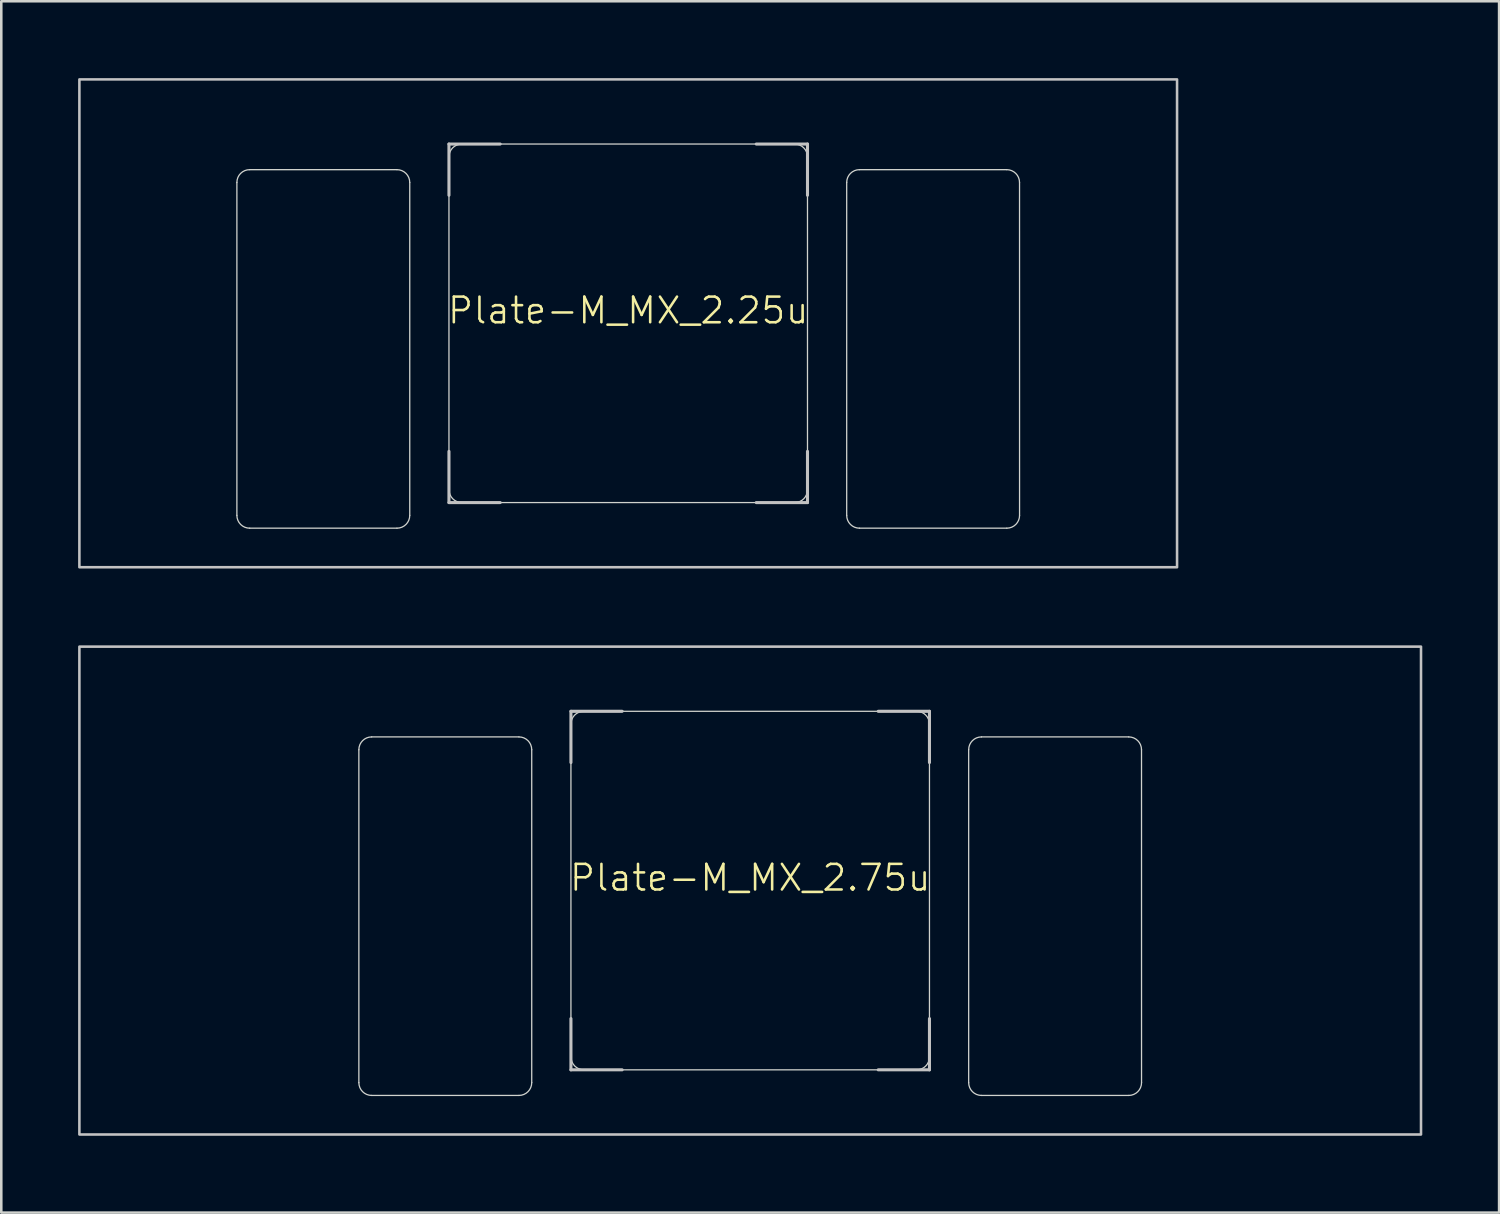
<source format=kicad_pcb>
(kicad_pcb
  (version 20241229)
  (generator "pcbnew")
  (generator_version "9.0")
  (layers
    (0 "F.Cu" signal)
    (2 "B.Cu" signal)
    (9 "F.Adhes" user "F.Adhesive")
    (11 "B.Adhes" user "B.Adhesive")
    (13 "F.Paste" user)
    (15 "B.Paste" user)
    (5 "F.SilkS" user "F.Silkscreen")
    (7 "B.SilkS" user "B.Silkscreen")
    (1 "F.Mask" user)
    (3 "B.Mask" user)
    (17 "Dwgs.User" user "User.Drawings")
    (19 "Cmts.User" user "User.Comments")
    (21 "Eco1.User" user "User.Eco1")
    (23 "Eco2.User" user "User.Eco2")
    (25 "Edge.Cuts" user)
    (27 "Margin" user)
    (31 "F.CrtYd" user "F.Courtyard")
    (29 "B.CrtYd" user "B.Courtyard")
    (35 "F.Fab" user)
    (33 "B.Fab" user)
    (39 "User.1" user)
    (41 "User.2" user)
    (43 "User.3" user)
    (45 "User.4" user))
  (footprint "Plate-M_MX_2.75u"
    (layer "F.Cu")
    (at 26.244 31.725)
    (property "Reference" "Plate-M_MX_2.75u" (at 0 -0.5 0) (unlocked yes) (layer "F.SilkS") (effects (font (size 1 1) (thickness 0.1))))
    (attr exclude_from_pos_files exclude_from_bom allow_missing_courtyard)
    (fp_line (start -15.281 -5.5) (end -15.281 7.5) (stroke (width 1.1) (type solid)) (layer "F.Mask"))
    (fp_line (start -14.781 -6) (end -9.031 -6) (stroke (width 1.1) (type solid)) (layer "F.Mask"))
    (fp_line (start -14.781 8) (end -9.031 8) (stroke (width 1.1) (type solid)) (layer "F.Mask"))
    (fp_line (start -8.531 -5.5) (end -8.531 7.5) (stroke (width 1.1) (type solid)) (layer "F.Mask"))
    (fp_line (start -7 -6.5) (end -7 6.5) (stroke (width 1.1) (type solid)) (layer "F.Mask"))
    (fp_line (start -6.5 7) (end 6.5 7) (stroke (width 1.1) (type solid)) (layer "F.Mask"))
    (fp_line (start 6.5 -7) (end -6.5 -7) (stroke (width 1.1) (type solid)) (layer "F.Mask"))
    (fp_line (start 7 6.5) (end 7 -6.5) (stroke (width 1.1) (type solid)) (layer "F.Mask"))
    (fp_line (start 8.531 -5.5) (end 8.531 7.5) (stroke (width 1.1) (type solid)) (layer "F.Mask"))
    (fp_line (start 9.031 -6) (end 14.781 -6) (stroke (width 1.1) (type solid)) (layer "F.Mask"))
    (fp_line (start 9.031 8) (end 14.781 8) (stroke (width 1.1) (type solid)) (layer "F.Mask"))
    (fp_line (start 15.281 -5.5) (end 15.281 7.5) (stroke (width 1.1) (type solid)) (layer "F.Mask"))
    (fp_arc (start -15.28125 -5.499999) (mid -15.134803 -5.853552) (end -14.78125 -5.999999) (stroke (width 1.1) (type solid)) (layer "F.Mask"))
    (fp_arc (start -14.78125 8.000001) (mid -15.134803 7.853554) (end -15.28125 7.500001) (stroke (width 1.1) (type solid)) (layer "F.Mask"))
    (fp_arc (start -9.03125 -5.999999) (mid -8.677697 -5.853552) (end -8.53125 -5.499999) (stroke (width 1.1) (type solid)) (layer "F.Mask"))
    (fp_arc (start -8.53125 7.500001) (mid -8.677697 7.853554) (end -9.03125 8.000001) (stroke (width 1.1) (type solid)) (layer "F.Mask"))
    (fp_arc (start -7 -6.5) (mid -6.853554 -6.853554) (end -6.5 -7) (stroke (width 1.1) (type solid)) (layer "F.Mask"))
    (fp_arc (start -6.497236 6.998884) (mid -6.85079 6.852438) (end -6.997236 6.498884) (stroke (width 1.1) (type solid)) (layer "F.Mask"))
    (fp_arc (start 6.5 -7) (mid 6.853554 -6.853554) (end 7 -6.5) (stroke (width 1.1) (type solid)) (layer "F.Mask"))
    (fp_arc (start 7 6.5) (mid 6.853554 6.853554) (end 6.5 7) (stroke (width 1.1) (type solid)) (layer "F.Mask"))
    (fp_arc (start 8.53125 -5.499999) (mid 8.677697 -5.853552) (end 9.03125 -5.999999) (stroke (width 1.1) (type solid)) (layer "F.Mask"))
    (fp_arc (start 9.03125 8.000001) (mid 8.677697 7.853554) (end 8.53125 7.500001) (stroke (width 1.1) (type solid)) (layer "F.Mask"))
    (fp_arc (start 14.78125 -5.999999) (mid 15.134803 -5.853552) (end 15.28125 -5.499999) (stroke (width 1.1) (type solid)) (layer "F.Mask"))
    (fp_arc (start 15.28125 7.500001) (mid 15.134803 7.853554) (end 14.78125 8.000001) (stroke (width 1.1) (type solid)) (layer "F.Mask"))
    (fp_line (start -15.281 -5.5) (end -15.281 7.5) (stroke (width 1.1) (type solid)) (layer "B.Mask"))
    (fp_line (start -9.031 -6) (end -14.781 -6) (stroke (width 1.1) (type solid)) (layer "B.Mask"))
    (fp_line (start -9.031 8) (end -14.781 8) (stroke (width 1.1) (type solid)) (layer "B.Mask"))
    (fp_line (start -8.531 -5.5) (end -8.531 7.5) (stroke (width 1.1) (type solid)) (layer "B.Mask"))
    (fp_line (start -7 6.5) (end -7 -6.5) (stroke (width 1.1) (type solid)) (layer "B.Mask"))
    (fp_line (start -6.5 -7) (end 6.5 -7) (stroke (width 1.1) (type solid)) (layer "B.Mask"))
    (fp_line (start 6.5 7) (end -6.5 7) (stroke (width 1.1) (type solid)) (layer "B.Mask"))
    (fp_line (start 7 -6.5) (end 7 6.5) (stroke (width 1.1) (type solid)) (layer "B.Mask"))
    (fp_line (start 8.531 -5.5) (end 8.531 7.5) (stroke (width 1.1) (type solid)) (layer "B.Mask"))
    (fp_line (start 14.781 -6) (end 9.031 -6) (stroke (width 1.1) (type solid)) (layer "B.Mask"))
    (fp_line (start 14.781 8) (end 9.031 8) (stroke (width 1.1) (type solid)) (layer "B.Mask"))
    (fp_line (start 15.281 -5.5) (end 15.281 7.5) (stroke (width 1.1) (type solid)) (layer "B.Mask"))
    (fp_arc (start -15.28125 -5.499999) (mid -15.134803 -5.853552) (end -14.78125 -5.999999) (stroke (width 1.1) (type solid)) (layer "B.Mask"))
    (fp_arc (start -14.78125 8.000001) (mid -15.134803 7.853554) (end -15.28125 7.500001) (stroke (width 1.1) (type solid)) (layer "B.Mask"))
    (fp_arc (start -9.03125 -5.999999) (mid -8.677697 -5.853552) (end -8.53125 -5.499999) (stroke (width 1.1) (type solid)) (layer "B.Mask"))
    (fp_arc (start -8.53125 7.500001) (mid -8.677697 7.853554) (end -9.03125 8.000001) (stroke (width 1.1) (type solid)) (layer "B.Mask"))
    (fp_arc (start -7 -6.5) (mid -6.853553 -6.853553) (end -6.5 -7) (stroke (width 1.1) (type solid)) (layer "B.Mask"))
    (fp_arc (start -6.5 7) (mid -6.853553 6.853553) (end -7 6.5) (stroke (width 1.1) (type solid)) (layer "B.Mask"))
    (fp_arc (start 6.5 -7) (mid 6.853554 -6.853554) (end 7 -6.5) (stroke (width 1.1) (type solid)) (layer "B.Mask"))
    (fp_arc (start 6.997236 6.498884) (mid 6.85079 6.852438) (end 6.497236 6.998884) (stroke (width 1.1) (type solid)) (layer "B.Mask"))
    (fp_arc (start 8.53125 -5.499999) (mid 8.677697 -5.853552) (end 9.03125 -5.999999) (stroke (width 1.1) (type solid)) (layer "B.Mask"))
    (fp_arc (start 9.03125 8.000001) (mid 8.677697 7.853554) (end 8.53125 7.500001) (stroke (width 1.1) (type solid)) (layer "B.Mask"))
    (fp_arc (start 14.78125 -5.999999) (mid 15.134803 -5.853552) (end 15.28125 -5.499999) (stroke (width 1.1) (type solid)) (layer "B.Mask"))
    (fp_arc (start 15.28125 7.500001) (mid 15.134803 7.853554) (end 14.78125 8.000001) (stroke (width 1.1) (type solid)) (layer "B.Mask"))
    (fp_line (start -7 -7) (end -5 -7) (stroke (width 0.12) (type solid)) (layer "Dwgs.User"))
    (fp_line (start -7 -5) (end -7 -7) (stroke (width 0.12) (type solid)) (layer "Dwgs.User"))
    (fp_line (start -7 7) (end -7 5) (stroke (width 0.12) (type solid)) (layer "Dwgs.User"))
    (fp_line (start -5 7) (end -7 7) (stroke (width 0.12) (type solid)) (layer "Dwgs.User"))
    (fp_line (start 5 -7) (end 7 -7) (stroke (width 0.12) (type solid)) (layer "Dwgs.User"))
    (fp_line (start 5 7) (end 7 7) (stroke (width 0.12) (type solid)) (layer "Dwgs.User"))
    (fp_line (start 7 -7) (end 7 -5) (stroke (width 0.12) (type solid)) (layer "Dwgs.User"))
    (fp_line (start 7 7) (end 7 5) (stroke (width 0.12) (type solid)) (layer "Dwgs.User"))
    (fp_rect (start -26.194 -9.525) (end 26.194 9.525) (stroke (width 0.1) (type solid)) (fill no) (layer "Dwgs.User"))
    (fp_line (start -15.281 -5.5) (end -15.281 7.5) (stroke (width 0.05) (type solid)) (layer "Edge.Cuts"))
    (fp_line (start -14.781 -6) (end -9.031 -6) (stroke (width 0.05) (type solid)) (layer "Edge.Cuts"))
    (fp_line (start -14.781 8) (end -9.031 8) (stroke (width 0.05) (type solid)) (layer "Edge.Cuts"))
    (fp_line (start -8.531 -5.5) (end -8.531 7.5) (stroke (width 0.05) (type solid)) (layer "Edge.Cuts"))
    (fp_line (start -7 -6.5) (end -7 6.5) (stroke (width 0.05) (type solid)) (layer "Edge.Cuts"))
    (fp_line (start -6.5 7) (end 6.5 7) (stroke (width 0.05) (type solid)) (layer "Edge.Cuts"))
    (fp_line (start 6.5 -7) (end -6.5 -7) (stroke (width 0.05) (type solid)) (layer "Edge.Cuts"))
    (fp_line (start 7 6.5) (end 7 -6.5) (stroke (width 0.05) (type solid)) (layer "Edge.Cuts"))
    (fp_line (start 8.531 -5.5) (end 8.531 7.5) (stroke (width 0.05) (type solid)) (layer "Edge.Cuts"))
    (fp_line (start 9.031 -6) (end 14.78 -6) (stroke (width 0.05) (type solid)) (layer "Edge.Cuts"))
    (fp_line (start 9.031 8) (end 14.781 8) (stroke (width 0.05) (type solid)) (layer "Edge.Cuts"))
    (fp_line (start 15.28 -5.5) (end 15.281 7.5) (stroke (width 0.05) (type solid)) (layer "Edge.Cuts"))
    (fp_arc (start -15.28125 -5.499999) (mid -15.134803 -5.853552) (end -14.78125 -5.999999) (stroke (width 0.05) (type solid)) (layer "Edge.Cuts"))
    (fp_arc (start -14.78125 8.000001) (mid -15.134803 7.853554) (end -15.28125 7.500001) (stroke (width 0.05) (type solid)) (layer "Edge.Cuts"))
    (fp_arc (start -9.03125 -5.999999) (mid -8.677697 -5.853552) (end -8.53125 -5.499999) (stroke (width 0.05) (type solid)) (layer "Edge.Cuts"))
    (fp_arc (start -8.53125 7.500001) (mid -8.677697 7.853554) (end -9.03125 8.000001) (stroke (width 0.05) (type solid)) (layer "Edge.Cuts"))
    (fp_arc (start -7 -6.5) (mid -6.853553 -6.853553) (end -6.5 -7) (stroke (width 0.05) (type solid)) (layer "Edge.Cuts"))
    (fp_arc (start -6.497236 6.998884) (mid -6.850789 6.852437) (end -6.997236 6.498884) (stroke (width 0.05) (type solid)) (layer "Edge.Cuts"))
    (fp_arc (start 6.5 -7) (mid 6.853554 -6.853554) (end 7 -6.5) (stroke (width 0.05) (type solid)) (layer "Edge.Cuts"))
    (fp_arc (start 7 6.5) (mid 6.853554 6.853554) (end 6.5 7) (stroke (width 0.05) (type solid)) (layer "Edge.Cuts"))
    (fp_arc (start 8.53125 -5.499999) (mid 8.677697 -5.853552) (end 9.03125 -5.999999) (stroke (width 0.05) (type solid)) (layer "Edge.Cuts"))
    (fp_arc (start 9.03125 8.000001) (mid 8.677697 7.853554) (end 8.53125 7.500001) (stroke (width 0.05) (type solid)) (layer "Edge.Cuts"))
    (fp_arc (start 14.780039 -5.999999) (mid 15.133592 -5.853552) (end 15.280039 -5.499999) (stroke (width 0.05) (type solid)) (layer "Edge.Cuts"))
    (fp_arc (start 15.28125 7.500001) (mid 15.134803 7.853554) (end 14.78125 8.000001) (stroke (width 0.05) (type solid)) (layer "Edge.Cuts")))
  (footprint "Plate-M_MX_2.25u"
    (layer "F.Cu")
    (at 21.481 9.575)
    (property "Reference" "Plate-M_MX_2.25u" (at 0 -0.5 0) (unlocked yes) (layer "F.SilkS") (effects (font (size 1 1) (thickness 0.1))))
    (attr exclude_from_pos_files exclude_from_bom allow_missing_courtyard)
    (fp_line (start -15.281 -5.5) (end -15.281 7.5) (stroke (width 1.1) (type solid)) (layer "F.Mask"))
    (fp_line (start -14.781 -6) (end -9.031 -6) (stroke (width 1.1) (type solid)) (layer "F.Mask"))
    (fp_line (start -14.781 8) (end -9.031 8) (stroke (width 1.1) (type solid)) (layer "F.Mask"))
    (fp_line (start -8.531 -5.5) (end -8.531 7.5) (stroke (width 1.1) (type solid)) (layer "F.Mask"))
    (fp_line (start -7 -6.5) (end -7 6.5) (stroke (width 1.1) (type solid)) (layer "F.Mask"))
    (fp_line (start -6.5 7) (end 6.5 7) (stroke (width 1.1) (type solid)) (layer "F.Mask"))
    (fp_line (start 6.5 -7) (end -6.5 -7) (stroke (width 1.1) (type solid)) (layer "F.Mask"))
    (fp_line (start 7 6.5) (end 7 -6.5) (stroke (width 1.1) (type solid)) (layer "F.Mask"))
    (fp_line (start 8.531 -5.5) (end 8.531 7.5) (stroke (width 1.1) (type solid)) (layer "F.Mask"))
    (fp_line (start 9.031 -6) (end 14.781 -6) (stroke (width 1.1) (type solid)) (layer "F.Mask"))
    (fp_line (start 9.031 8) (end 14.781 8) (stroke (width 1.1) (type solid)) (layer "F.Mask"))
    (fp_line (start 15.281 -5.5) (end 15.281 7.5) (stroke (width 1.1) (type solid)) (layer "F.Mask"))
    (fp_arc (start -15.28125 -5.499999) (mid -15.134803 -5.853552) (end -14.78125 -5.999999) (stroke (width 1.1) (type solid)) (layer "F.Mask"))
    (fp_arc (start -14.78125 8.000001) (mid -15.134803 7.853554) (end -15.28125 7.500001) (stroke (width 1.1) (type solid)) (layer "F.Mask"))
    (fp_arc (start -9.03125 -5.999999) (mid -8.677697 -5.853552) (end -8.53125 -5.499999) (stroke (width 1.1) (type solid)) (layer "F.Mask"))
    (fp_arc (start -8.53125 7.500001) (mid -8.677697 7.853554) (end -9.03125 8.000001) (stroke (width 1.1) (type solid)) (layer "F.Mask"))
    (fp_arc (start -7 -6.5) (mid -6.853554 -6.853554) (end -6.5 -7) (stroke (width 1.1) (type solid)) (layer "F.Mask"))
    (fp_arc (start -6.497236 6.998884) (mid -6.85079 6.852438) (end -6.997236 6.498884) (stroke (width 1.1) (type solid)) (layer "F.Mask"))
    (fp_arc (start 6.5 -7) (mid 6.853554 -6.853554) (end 7 -6.5) (stroke (width 1.1) (type solid)) (layer "F.Mask"))
    (fp_arc (start 7 6.5) (mid 6.853554 6.853554) (end 6.5 7) (stroke (width 1.1) (type solid)) (layer "F.Mask"))
    (fp_arc (start 8.53125 -5.499999) (mid 8.677697 -5.853552) (end 9.03125 -5.999999) (stroke (width 1.1) (type solid)) (layer "F.Mask"))
    (fp_arc (start 9.03125 8.000001) (mid 8.677697 7.853554) (end 8.53125 7.500001) (stroke (width 1.1) (type solid)) (layer "F.Mask"))
    (fp_arc (start 14.78125 -5.999999) (mid 15.134803 -5.853552) (end 15.28125 -5.499999) (stroke (width 1.1) (type solid)) (layer "F.Mask"))
    (fp_arc (start 15.28125 7.500001) (mid 15.134803 7.853554) (end 14.78125 8.000001) (stroke (width 1.1) (type solid)) (layer "F.Mask"))
    (fp_line (start -15.281 -5.5) (end -15.281 7.5) (stroke (width 1.1) (type solid)) (layer "B.Mask"))
    (fp_line (start -9.031 -6) (end -14.781 -6) (stroke (width 1.1) (type solid)) (layer "B.Mask"))
    (fp_line (start -9.031 8) (end -14.781 8) (stroke (width 1.1) (type solid)) (layer "B.Mask"))
    (fp_line (start -8.531 -5.5) (end -8.531 7.5) (stroke (width 1.1) (type solid)) (layer "B.Mask"))
    (fp_line (start -7 6.5) (end -7 -6.5) (stroke (width 1.1) (type solid)) (layer "B.Mask"))
    (fp_line (start -6.5 -7) (end 6.5 -7) (stroke (width 1.1) (type solid)) (layer "B.Mask"))
    (fp_line (start 6.5 7) (end -6.5 7) (stroke (width 1.1) (type solid)) (layer "B.Mask"))
    (fp_line (start 7 -6.5) (end 7 6.5) (stroke (width 1.1) (type solid)) (layer "B.Mask"))
    (fp_line (start 8.531 -5.5) (end 8.531 7.5) (stroke (width 1.1) (type solid)) (layer "B.Mask"))
    (fp_line (start 14.781 -6) (end 9.031 -6) (stroke (width 1.1) (type solid)) (layer "B.Mask"))
    (fp_line (start 14.781 8) (end 9.031 8) (stroke (width 1.1) (type solid)) (layer "B.Mask"))
    (fp_line (start 15.281 -5.5) (end 15.281 7.5) (stroke (width 1.1) (type solid)) (layer "B.Mask"))
    (fp_arc (start -15.28125 -5.499999) (mid -15.134803 -5.853552) (end -14.78125 -5.999999) (stroke (width 1.1) (type solid)) (layer "B.Mask"))
    (fp_arc (start -14.78125 8.000001) (mid -15.134803 7.853554) (end -15.28125 7.500001) (stroke (width 1.1) (type solid)) (layer "B.Mask"))
    (fp_arc (start -9.03125 -5.999999) (mid -8.677697 -5.853552) (end -8.53125 -5.499999) (stroke (width 1.1) (type solid)) (layer "B.Mask"))
    (fp_arc (start -8.53125 7.500001) (mid -8.677697 7.853554) (end -9.03125 8.000001) (stroke (width 1.1) (type solid)) (layer "B.Mask"))
    (fp_arc (start -7 -6.5) (mid -6.853553 -6.853553) (end -6.5 -7) (stroke (width 1.1) (type solid)) (layer "B.Mask"))
    (fp_arc (start -6.5 7) (mid -6.853553 6.853553) (end -7 6.5) (stroke (width 1.1) (type solid)) (layer "B.Mask"))
    (fp_arc (start 6.5 -7) (mid 6.853554 -6.853554) (end 7 -6.5) (stroke (width 1.1) (type solid)) (layer "B.Mask"))
    (fp_arc (start 6.997236 6.498884) (mid 6.85079 6.852438) (end 6.497236 6.998884) (stroke (width 1.1) (type solid)) (layer "B.Mask"))
    (fp_arc (start 8.53125 -5.499999) (mid 8.677697 -5.853552) (end 9.03125 -5.999999) (stroke (width 1.1) (type solid)) (layer "B.Mask"))
    (fp_arc (start 9.03125 8.000001) (mid 8.677697 7.853554) (end 8.53125 7.500001) (stroke (width 1.1) (type solid)) (layer "B.Mask"))
    (fp_arc (start 14.78125 -5.999999) (mid 15.134803 -5.853552) (end 15.28125 -5.499999) (stroke (width 1.1) (type solid)) (layer "B.Mask"))
    (fp_arc (start 15.28125 7.500001) (mid 15.134803 7.853554) (end 14.78125 8.000001) (stroke (width 1.1) (type solid)) (layer "B.Mask"))
    (fp_line (start -7 -7) (end -5 -7) (stroke (width 0.12) (type solid)) (layer "Dwgs.User"))
    (fp_line (start -7 -5) (end -7 -7) (stroke (width 0.12) (type solid)) (layer "Dwgs.User"))
    (fp_line (start -7 7) (end -7 5) (stroke (width 0.12) (type solid)) (layer "Dwgs.User"))
    (fp_line (start -5 7) (end -7 7) (stroke (width 0.12) (type solid)) (layer "Dwgs.User"))
    (fp_line (start 5 -7) (end 7 -7) (stroke (width 0.12) (type solid)) (layer "Dwgs.User"))
    (fp_line (start 5 7) (end 7 7) (stroke (width 0.12) (type solid)) (layer "Dwgs.User"))
    (fp_line (start 7 -7) (end 7 -5) (stroke (width 0.12) (type solid)) (layer "Dwgs.User"))
    (fp_line (start 7 7) (end 7 5) (stroke (width 0.12) (type solid)) (layer "Dwgs.User"))
    (fp_rect (start -21.431 -9.525) (end 21.431 9.525) (stroke (width 0.1) (type solid)) (fill no) (layer "Dwgs.User"))
    (fp_line (start -15.281 -5.5) (end -15.281 7.5) (stroke (width 0.05) (type solid)) (layer "Edge.Cuts"))
    (fp_line (start -14.781 -6) (end -9.031 -6) (stroke (width 0.05) (type solid)) (layer "Edge.Cuts"))
    (fp_line (start -14.781 8) (end -9.031 8) (stroke (width 0.05) (type solid)) (layer "Edge.Cuts"))
    (fp_line (start -8.531 -5.5) (end -8.531 7.5) (stroke (width 0.05) (type solid)) (layer "Edge.Cuts"))
    (fp_line (start -7 -6.5) (end -7 6.5) (stroke (width 0.05) (type solid)) (layer "Edge.Cuts"))
    (fp_line (start -6.5 7) (end 6.5 7) (stroke (width 0.05) (type solid)) (layer "Edge.Cuts"))
    (fp_line (start 6.5 -7) (end -6.5 -7) (stroke (width 0.05) (type solid)) (layer "Edge.Cuts"))
    (fp_line (start 7 6.5) (end 7 -6.5) (stroke (width 0.05) (type solid)) (layer "Edge.Cuts"))
    (fp_line (start 8.531 -5.5) (end 8.531 7.5) (stroke (width 0.05) (type solid)) (layer "Edge.Cuts"))
    (fp_line (start 9.031 -6) (end 14.78 -6) (stroke (width 0.05) (type solid)) (layer "Edge.Cuts"))
    (fp_line (start 9.031 8) (end 14.781 8) (stroke (width 0.05) (type solid)) (layer "Edge.Cuts"))
    (fp_line (start 15.28 -5.5) (end 15.281 7.5) (stroke (width 0.05) (type solid)) (layer "Edge.Cuts"))
    (fp_arc (start -15.28125 -5.499999) (mid -15.134803 -5.853552) (end -14.78125 -5.999999) (stroke (width 0.05) (type solid)) (layer "Edge.Cuts"))
    (fp_arc (start -14.78125 8.000001) (mid -15.134803 7.853554) (end -15.28125 7.500001) (stroke (width 0.05) (type solid)) (layer "Edge.Cuts"))
    (fp_arc (start -9.03125 -5.999999) (mid -8.677697 -5.853552) (end -8.53125 -5.499999) (stroke (width 0.05) (type solid)) (layer "Edge.Cuts"))
    (fp_arc (start -8.53125 7.500001) (mid -8.677697 7.853554) (end -9.03125 8.000001) (stroke (width 0.05) (type solid)) (layer "Edge.Cuts"))
    (fp_arc (start -7 -6.5) (mid -6.853553 -6.853553) (end -6.5 -7) (stroke (width 0.05) (type solid)) (layer "Edge.Cuts"))
    (fp_arc (start -6.497236 6.998884) (mid -6.850789 6.852437) (end -6.997236 6.498884) (stroke (width 0.05) (type solid)) (layer "Edge.Cuts"))
    (fp_arc (start 6.5 -7) (mid 6.853554 -6.853554) (end 7 -6.5) (stroke (width 0.05) (type solid)) (layer "Edge.Cuts"))
    (fp_arc (start 7 6.5) (mid 6.853554 6.853554) (end 6.5 7) (stroke (width 0.05) (type solid)) (layer "Edge.Cuts"))
    (fp_arc (start 8.53125 -5.499999) (mid 8.677697 -5.853552) (end 9.03125 -5.999999) (stroke (width 0.05) (type solid)) (layer "Edge.Cuts"))
    (fp_arc (start 9.03125 8.000001) (mid 8.677697 7.853554) (end 8.53125 7.500001) (stroke (width 0.05) (type solid)) (layer "Edge.Cuts"))
    (fp_arc (start 14.780039 -5.999999) (mid 15.133592 -5.853552) (end 15.280039 -5.499999) (stroke (width 0.05) (type solid)) (layer "Edge.Cuts"))
    (fp_arc (start 15.28125 7.500001) (mid 15.134803 7.853554) (end 14.78125 8.000001) (stroke (width 0.05) (type solid)) (layer "Edge.Cuts")))
  (gr_rect
    (start -3 -3)
    (end 55.487 44.3)
    (stroke (width 0.1) (type default))
    (fill no)
    (layer "Edge.Cuts")))
</source>
